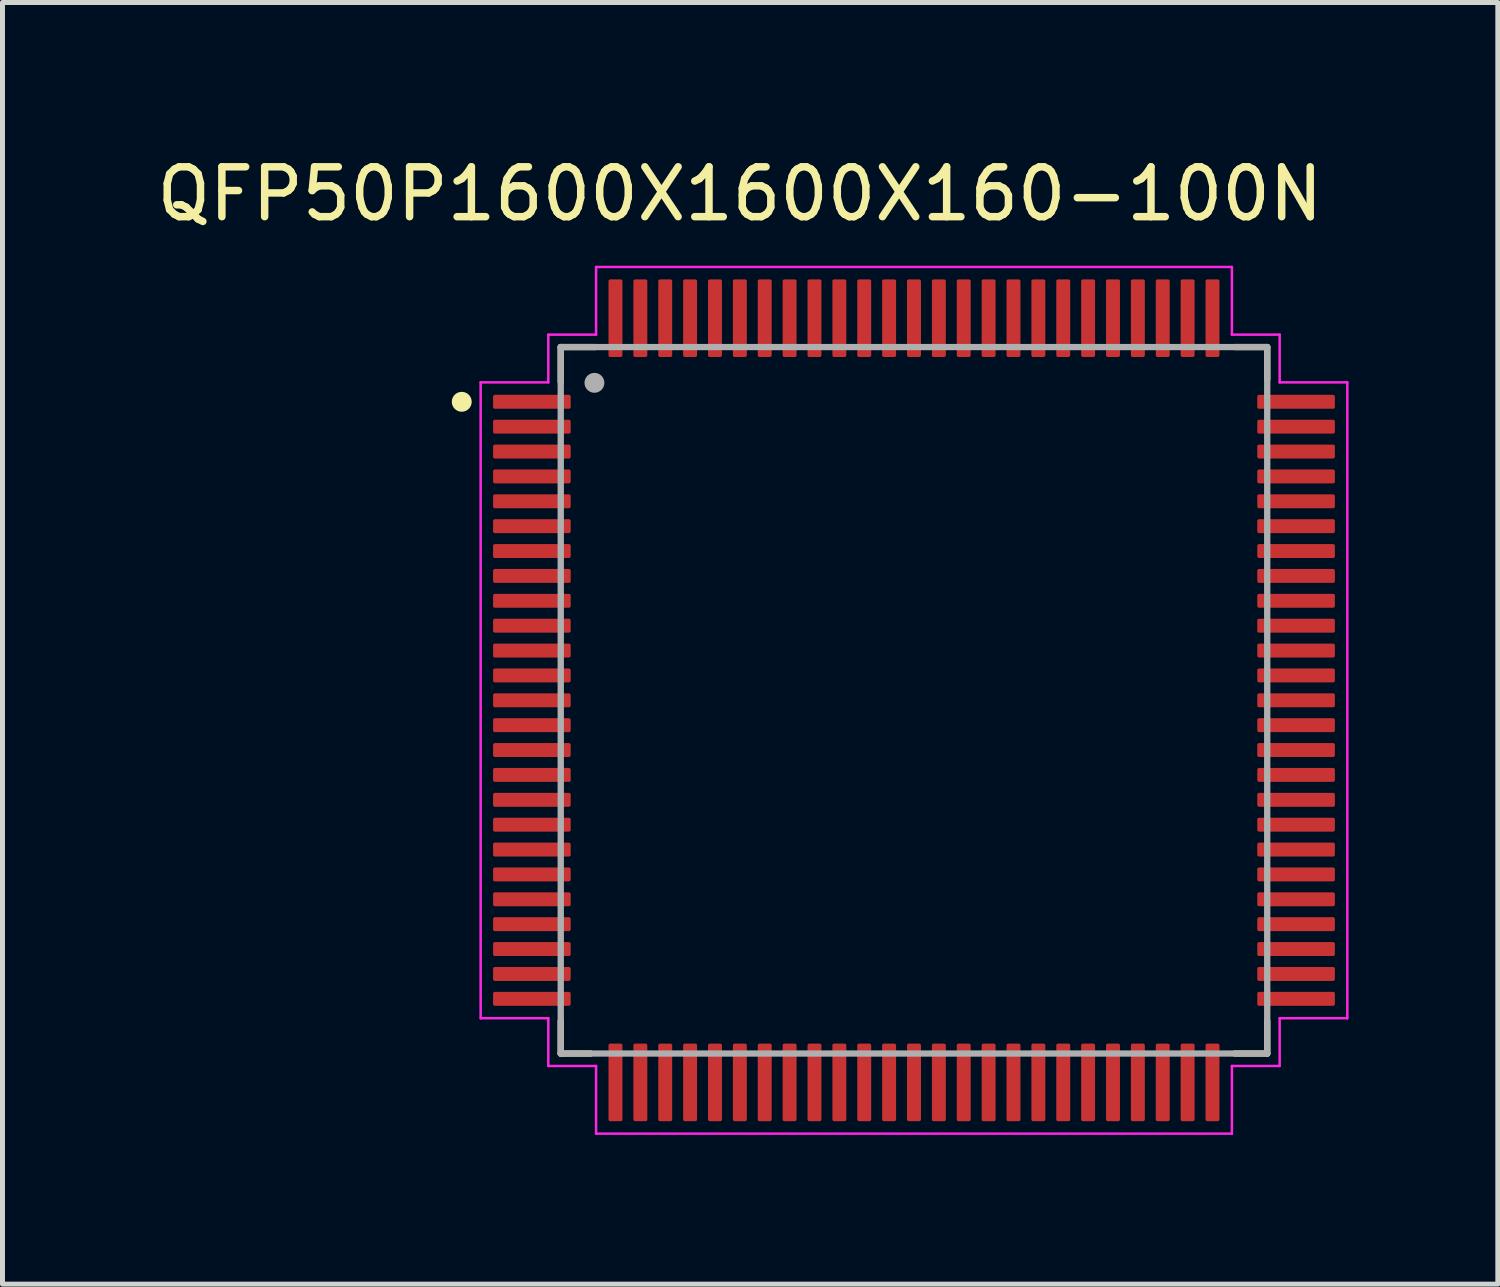
<source format=kicad_pcb>
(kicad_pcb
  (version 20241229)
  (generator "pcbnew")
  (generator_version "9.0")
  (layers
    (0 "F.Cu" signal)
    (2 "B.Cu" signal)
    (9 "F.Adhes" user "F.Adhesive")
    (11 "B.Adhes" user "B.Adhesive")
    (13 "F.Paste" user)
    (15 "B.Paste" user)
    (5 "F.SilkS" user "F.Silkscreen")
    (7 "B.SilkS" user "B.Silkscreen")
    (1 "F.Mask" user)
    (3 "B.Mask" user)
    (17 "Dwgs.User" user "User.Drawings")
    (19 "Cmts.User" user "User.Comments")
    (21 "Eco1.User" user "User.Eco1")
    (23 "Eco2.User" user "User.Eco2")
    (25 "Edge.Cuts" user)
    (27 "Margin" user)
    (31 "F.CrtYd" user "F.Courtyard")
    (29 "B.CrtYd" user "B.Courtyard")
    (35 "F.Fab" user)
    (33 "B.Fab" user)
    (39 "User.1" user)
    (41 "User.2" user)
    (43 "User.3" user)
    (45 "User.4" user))
  (footprint "QFP50P1600X1600X160-100N"
    (layer "F.Cu")
    (at 15.321 11.026)
    (property "Reference" "QFP50P1600X1600X160-100N" (at -3.499 -10.177 0) (layer "F.SilkS") (effects (font (size 1.003 1.003) (thickness 0.15))))
    (attr smd)
    (fp_line (start -7.1 -7.1) (end -6.4 -7.1) (stroke (width 0.127) (type solid)) (layer "F.SilkS"))
    (fp_line (start -7.1 -6.4) (end -7.1 -7.1) (stroke (width 0.127) (type solid)) (layer "F.SilkS"))
    (fp_line (start -7.1 6.45) (end -7.1 7.1) (stroke (width 0.127) (type solid)) (layer "F.SilkS"))
    (fp_line (start -7.1 7.1) (end -6.5 7.1) (stroke (width 0.127) (type solid)) (layer "F.SilkS"))
    (fp_line (start 6.45 -7.1) (end 7.1 -7.1) (stroke (width 0.127) (type solid)) (layer "F.SilkS"))
    (fp_line (start 6.45 7.1) (end 7.1 7.1) (stroke (width 0.127) (type solid)) (layer "F.SilkS"))
    (fp_line (start 7.1 -7.1) (end 7.1 -6.45) (stroke (width 0.127) (type solid)) (layer "F.SilkS"))
    (fp_line (start 7.1 7.1) (end 7.1 6.45) (stroke (width 0.127) (type solid)) (layer "F.SilkS"))
    (fp_circle (center -9.09 -6) (end -8.99 -6) (stroke (width 0.2) (type solid)) (fill no) (layer "F.SilkS"))
    (fp_line (start -8.71 -6.39) (end -8.71 6.39) (stroke (width 0.05) (type solid)) (layer "F.CrtYd"))
    (fp_line (start -8.71 6.39) (end -7.35 6.39) (stroke (width 0.05) (type solid)) (layer "F.CrtYd"))
    (fp_line (start -7.35 -7.35) (end -7.35 -6.39) (stroke (width 0.05) (type solid)) (layer "F.CrtYd"))
    (fp_line (start -7.35 -6.39) (end -8.71 -6.39) (stroke (width 0.05) (type solid)) (layer "F.CrtYd"))
    (fp_line (start -7.35 6.39) (end -7.35 7.35) (stroke (width 0.05) (type solid)) (layer "F.CrtYd"))
    (fp_line (start -7.35 7.35) (end -6.39 7.35) (stroke (width 0.05) (type solid)) (layer "F.CrtYd"))
    (fp_line (start -6.39 -8.71) (end -6.39 -7.35) (stroke (width 0.05) (type solid)) (layer "F.CrtYd"))
    (fp_line (start -6.39 -7.35) (end -7.35 -7.35) (stroke (width 0.05) (type solid)) (layer "F.CrtYd"))
    (fp_line (start -6.39 7.35) (end -6.39 8.71) (stroke (width 0.05) (type solid)) (layer "F.CrtYd"))
    (fp_line (start -6.39 8.71) (end 6.39 8.71) (stroke (width 0.05) (type solid)) (layer "F.CrtYd"))
    (fp_line (start 6.39 -8.71) (end -6.39 -8.71) (stroke (width 0.05) (type solid)) (layer "F.CrtYd"))
    (fp_line (start 6.39 -7.35) (end 6.39 -8.71) (stroke (width 0.05) (type solid)) (layer "F.CrtYd"))
    (fp_line (start 6.39 7.35) (end 7.35 7.35) (stroke (width 0.05) (type solid)) (layer "F.CrtYd"))
    (fp_line (start 6.39 8.71) (end 6.39 7.35) (stroke (width 0.05) (type solid)) (layer "F.CrtYd"))
    (fp_line (start 7.35 -7.35) (end 6.39 -7.35) (stroke (width 0.05) (type solid)) (layer "F.CrtYd"))
    (fp_line (start 7.35 -6.39) (end 7.35 -7.35) (stroke (width 0.05) (type solid)) (layer "F.CrtYd"))
    (fp_line (start 7.35 6.39) (end 8.71 6.39) (stroke (width 0.05) (type solid)) (layer "F.CrtYd"))
    (fp_line (start 7.35 7.35) (end 7.35 6.39) (stroke (width 0.05) (type solid)) (layer "F.CrtYd"))
    (fp_line (start 8.71 -6.39) (end 7.35 -6.39) (stroke (width 0.05) (type solid)) (layer "F.CrtYd"))
    (fp_line (start 8.71 6.39) (end 8.71 -6.39) (stroke (width 0.05) (type solid)) (layer "F.CrtYd"))
    (fp_line (start -7.1 -7.1) (end 7.1 -7.1) (stroke (width 0.127) (type solid)) (layer "F.Fab"))
    (fp_line (start -7.1 7.1) (end -7.1 -7.1) (stroke (width 0.127) (type solid)) (layer "F.Fab"))
    (fp_line (start 7.1 -7.1) (end 7.1 7.1) (stroke (width 0.127) (type solid)) (layer "F.Fab"))
    (fp_line (start 7.1 7.1) (end -7.1 7.1) (stroke (width 0.127) (type solid)) (layer "F.Fab"))
    (fp_circle (center -6.423 -6.381) (end -6.323 -6.381) (stroke (width 0.2) (type solid)) (fill no) (layer "F.Fab"))
    (pad "1" smd roundrect (at -7.68 -6) (size 1.56 0.28) (layers "F.Cu" "F.Mask" "F.Paste") (roundrect_rratio 0.125))
    (pad "2" smd roundrect (at -7.68 -5.5) (size 1.56 0.28) (layers "F.Cu" "F.Mask" "F.Paste") (roundrect_rratio 0.125))
    (pad "3" smd roundrect (at -7.68 -5) (size 1.56 0.28) (layers "F.Cu" "F.Mask" "F.Paste") (roundrect_rratio 0.125))
    (pad "4" smd roundrect (at -7.68 -4.5) (size 1.56 0.28) (layers "F.Cu" "F.Mask" "F.Paste") (roundrect_rratio 0.125))
    (pad "5" smd roundrect (at -7.68 -4) (size 1.56 0.28) (layers "F.Cu" "F.Mask" "F.Paste") (roundrect_rratio 0.125))
    (pad "6" smd roundrect (at -7.68 -3.5) (size 1.56 0.28) (layers "F.Cu" "F.Mask" "F.Paste") (roundrect_rratio 0.125))
    (pad "7" smd roundrect (at -7.68 -3) (size 1.56 0.28) (layers "F.Cu" "F.Mask" "F.Paste") (roundrect_rratio 0.125))
    (pad "8" smd roundrect (at -7.68 -2.5) (size 1.56 0.28) (layers "F.Cu" "F.Mask" "F.Paste") (roundrect_rratio 0.125))
    (pad "9" smd roundrect (at -7.68 -2) (size 1.56 0.28) (layers "F.Cu" "F.Mask" "F.Paste") (roundrect_rratio 0.125))
    (pad "10" smd roundrect (at -7.68 -1.5) (size 1.56 0.28) (layers "F.Cu" "F.Mask" "F.Paste") (roundrect_rratio 0.125))
    (pad "11" smd roundrect (at -7.68 -1) (size 1.56 0.28) (layers "F.Cu" "F.Mask" "F.Paste") (roundrect_rratio 0.125))
    (pad "12" smd roundrect (at -7.68 -0.5) (size 1.56 0.28) (layers "F.Cu" "F.Mask" "F.Paste") (roundrect_rratio 0.125))
    (pad "13" smd roundrect (at -7.68 0) (size 1.56 0.28) (layers "F.Cu" "F.Mask" "F.Paste") (roundrect_rratio 0.125))
    (pad "14" smd roundrect (at -7.68 0.5) (size 1.56 0.28) (layers "F.Cu" "F.Mask" "F.Paste") (roundrect_rratio 0.125))
    (pad "15" smd roundrect (at -7.68 1) (size 1.56 0.28) (layers "F.Cu" "F.Mask" "F.Paste") (roundrect_rratio 0.125))
    (pad "16" smd roundrect (at -7.68 1.5) (size 1.56 0.28) (layers "F.Cu" "F.Mask" "F.Paste") (roundrect_rratio 0.125))
    (pad "17" smd roundrect (at -7.68 2) (size 1.56 0.28) (layers "F.Cu" "F.Mask" "F.Paste") (roundrect_rratio 0.125))
    (pad "18" smd roundrect (at -7.68 2.5) (size 1.56 0.28) (layers "F.Cu" "F.Mask" "F.Paste") (roundrect_rratio 0.125))
    (pad "19" smd roundrect (at -7.68 3) (size 1.56 0.28) (layers "F.Cu" "F.Mask" "F.Paste") (roundrect_rratio 0.125))
    (pad "20" smd roundrect (at -7.68 3.5) (size 1.56 0.28) (layers "F.Cu" "F.Mask" "F.Paste") (roundrect_rratio 0.125))
    (pad "21" smd roundrect (at -7.68 4) (size 1.56 0.28) (layers "F.Cu" "F.Mask" "F.Paste") (roundrect_rratio 0.125))
    (pad "22" smd roundrect (at -7.68 4.5) (size 1.56 0.28) (layers "F.Cu" "F.Mask" "F.Paste") (roundrect_rratio 0.125))
    (pad "23" smd roundrect (at -7.68 5) (size 1.56 0.28) (layers "F.Cu" "F.Mask" "F.Paste") (roundrect_rratio 0.125))
    (pad "24" smd roundrect (at -7.68 5.5) (size 1.56 0.28) (layers "F.Cu" "F.Mask" "F.Paste") (roundrect_rratio 0.125))
    (pad "25" smd roundrect (at -7.68 6) (size 1.56 0.28) (layers "F.Cu" "F.Mask" "F.Paste") (roundrect_rratio 0.125))
    (pad "26" smd roundrect (at -6 7.68) (size 0.28 1.56) (layers "F.Cu" "F.Mask" "F.Paste") (roundrect_rratio 0.125))
    (pad "27" smd roundrect (at -5.5 7.68) (size 0.28 1.56) (layers "F.Cu" "F.Mask" "F.Paste") (roundrect_rratio 0.125))
    (pad "28" smd roundrect (at -5 7.68) (size 0.28 1.56) (layers "F.Cu" "F.Mask" "F.Paste") (roundrect_rratio 0.125))
    (pad "29" smd roundrect (at -4.5 7.68) (size 0.28 1.56) (layers "F.Cu" "F.Mask" "F.Paste") (roundrect_rratio 0.125))
    (pad "30" smd roundrect (at -4 7.68) (size 0.28 1.56) (layers "F.Cu" "F.Mask" "F.Paste") (roundrect_rratio 0.125))
    (pad "31" smd roundrect (at -3.5 7.68) (size 0.28 1.56) (layers "F.Cu" "F.Mask" "F.Paste") (roundrect_rratio 0.125))
    (pad "32" smd roundrect (at -3 7.68) (size 0.28 1.56) (layers "F.Cu" "F.Mask" "F.Paste") (roundrect_rratio 0.125))
    (pad "33" smd roundrect (at -2.5 7.68) (size 0.28 1.56) (layers "F.Cu" "F.Mask" "F.Paste") (roundrect_rratio 0.125))
    (pad "34" smd roundrect (at -2 7.68) (size 0.28 1.56) (layers "F.Cu" "F.Mask" "F.Paste") (roundrect_rratio 0.125))
    (pad "35" smd roundrect (at -1.5 7.68) (size 0.28 1.56) (layers "F.Cu" "F.Mask" "F.Paste") (roundrect_rratio 0.125))
    (pad "36" smd roundrect (at -1 7.68) (size 0.28 1.56) (layers "F.Cu" "F.Mask" "F.Paste") (roundrect_rratio 0.125))
    (pad "37" smd roundrect (at -0.5 7.68) (size 0.28 1.56) (layers "F.Cu" "F.Mask" "F.Paste") (roundrect_rratio 0.125))
    (pad "38" smd roundrect (at 0 7.68) (size 0.28 1.56) (layers "F.Cu" "F.Mask" "F.Paste") (roundrect_rratio 0.125))
    (pad "39" smd roundrect (at 0.5 7.68) (size 0.28 1.56) (layers "F.Cu" "F.Mask" "F.Paste") (roundrect_rratio 0.125))
    (pad "40" smd roundrect (at 1 7.68) (size 0.28 1.56) (layers "F.Cu" "F.Mask" "F.Paste") (roundrect_rratio 0.125))
    (pad "41" smd roundrect (at 1.5 7.68) (size 0.28 1.56) (layers "F.Cu" "F.Mask" "F.Paste") (roundrect_rratio 0.125))
    (pad "42" smd roundrect (at 2 7.68) (size 0.28 1.56) (layers "F.Cu" "F.Mask" "F.Paste") (roundrect_rratio 0.125))
    (pad "43" smd roundrect (at 2.5 7.68) (size 0.28 1.56) (layers "F.Cu" "F.Mask" "F.Paste") (roundrect_rratio 0.125))
    (pad "44" smd roundrect (at 3 7.68) (size 0.28 1.56) (layers "F.Cu" "F.Mask" "F.Paste") (roundrect_rratio 0.125))
    (pad "45" smd roundrect (at 3.5 7.68) (size 0.28 1.56) (layers "F.Cu" "F.Mask" "F.Paste") (roundrect_rratio 0.125))
    (pad "46" smd roundrect (at 4 7.68) (size 0.28 1.56) (layers "F.Cu" "F.Mask" "F.Paste") (roundrect_rratio 0.125))
    (pad "47" smd roundrect (at 4.5 7.68) (size 0.28 1.56) (layers "F.Cu" "F.Mask" "F.Paste") (roundrect_rratio 0.125))
    (pad "48" smd roundrect (at 5 7.68) (size 0.28 1.56) (layers "F.Cu" "F.Mask" "F.Paste") (roundrect_rratio 0.125))
    (pad "49" smd roundrect (at 5.5 7.68) (size 0.28 1.56) (layers "F.Cu" "F.Mask" "F.Paste") (roundrect_rratio 0.125))
    (pad "50" smd roundrect (at 6 7.68) (size 0.28 1.56) (layers "F.Cu" "F.Mask" "F.Paste") (roundrect_rratio 0.125))
    (pad "51" smd roundrect (at 7.68 6) (size 1.56 0.28) (layers "F.Cu" "F.Mask" "F.Paste") (roundrect_rratio 0.125))
    (pad "52" smd roundrect (at 7.68 5.5) (size 1.56 0.28) (layers "F.Cu" "F.Mask" "F.Paste") (roundrect_rratio 0.125))
    (pad "53" smd roundrect (at 7.68 5) (size 1.56 0.28) (layers "F.Cu" "F.Mask" "F.Paste") (roundrect_rratio 0.125))
    (pad "54" smd roundrect (at 7.68 4.5) (size 1.56 0.28) (layers "F.Cu" "F.Mask" "F.Paste") (roundrect_rratio 0.125))
    (pad "55" smd roundrect (at 7.68 4) (size 1.56 0.28) (layers "F.Cu" "F.Mask" "F.Paste") (roundrect_rratio 0.125))
    (pad "56" smd roundrect (at 7.68 3.5) (size 1.56 0.28) (layers "F.Cu" "F.Mask" "F.Paste") (roundrect_rratio 0.125))
    (pad "57" smd roundrect (at 7.68 3) (size 1.56 0.28) (layers "F.Cu" "F.Mask" "F.Paste") (roundrect_rratio 0.125))
    (pad "58" smd roundrect (at 7.68 2.5) (size 1.56 0.28) (layers "F.Cu" "F.Mask" "F.Paste") (roundrect_rratio 0.125))
    (pad "59" smd roundrect (at 7.68 2) (size 1.56 0.28) (layers "F.Cu" "F.Mask" "F.Paste") (roundrect_rratio 0.125))
    (pad "60" smd roundrect (at 7.68 1.5) (size 1.56 0.28) (layers "F.Cu" "F.Mask" "F.Paste") (roundrect_rratio 0.125))
    (pad "61" smd roundrect (at 7.68 1) (size 1.56 0.28) (layers "F.Cu" "F.Mask" "F.Paste") (roundrect_rratio 0.125))
    (pad "62" smd roundrect (at 7.68 0.5) (size 1.56 0.28) (layers "F.Cu" "F.Mask" "F.Paste") (roundrect_rratio 0.125))
    (pad "63" smd roundrect (at 7.68 0) (size 1.56 0.28) (layers "F.Cu" "F.Mask" "F.Paste") (roundrect_rratio 0.125))
    (pad "64" smd roundrect (at 7.68 -0.5) (size 1.56 0.28) (layers "F.Cu" "F.Mask" "F.Paste") (roundrect_rratio 0.125))
    (pad "65" smd roundrect (at 7.68 -1) (size 1.56 0.28) (layers "F.Cu" "F.Mask" "F.Paste") (roundrect_rratio 0.125))
    (pad "66" smd roundrect (at 7.68 -1.5) (size 1.56 0.28) (layers "F.Cu" "F.Mask" "F.Paste") (roundrect_rratio 0.125))
    (pad "67" smd roundrect (at 7.68 -2) (size 1.56 0.28) (layers "F.Cu" "F.Mask" "F.Paste") (roundrect_rratio 0.125))
    (pad "68" smd roundrect (at 7.68 -2.5) (size 1.56 0.28) (layers "F.Cu" "F.Mask" "F.Paste") (roundrect_rratio 0.125))
    (pad "69" smd roundrect (at 7.68 -3) (size 1.56 0.28) (layers "F.Cu" "F.Mask" "F.Paste") (roundrect_rratio 0.125))
    (pad "70" smd roundrect (at 7.68 -3.5) (size 1.56 0.28) (layers "F.Cu" "F.Mask" "F.Paste") (roundrect_rratio 0.125))
    (pad "71" smd roundrect (at 7.68 -4) (size 1.56 0.28) (layers "F.Cu" "F.Mask" "F.Paste") (roundrect_rratio 0.125))
    (pad "72" smd roundrect (at 7.68 -4.5) (size 1.56 0.28) (layers "F.Cu" "F.Mask" "F.Paste") (roundrect_rratio 0.125))
    (pad "73" smd roundrect (at 7.68 -5) (size 1.56 0.28) (layers "F.Cu" "F.Mask" "F.Paste") (roundrect_rratio 0.125))
    (pad "74" smd roundrect (at 7.68 -5.5) (size 1.56 0.28) (layers "F.Cu" "F.Mask" "F.Paste") (roundrect_rratio 0.125))
    (pad "75" smd roundrect (at 7.68 -6) (size 1.56 0.28) (layers "F.Cu" "F.Mask" "F.Paste") (roundrect_rratio 0.125))
    (pad "76" smd roundrect (at 6 -7.68) (size 0.28 1.56) (layers "F.Cu" "F.Mask" "F.Paste") (roundrect_rratio 0.125))
    (pad "77" smd roundrect (at 5.5 -7.68) (size 0.28 1.56) (layers "F.Cu" "F.Mask" "F.Paste") (roundrect_rratio 0.125))
    (pad "78" smd roundrect (at 5 -7.68) (size 0.28 1.56) (layers "F.Cu" "F.Mask" "F.Paste") (roundrect_rratio 0.125))
    (pad "79" smd roundrect (at 4.5 -7.68) (size 0.28 1.56) (layers "F.Cu" "F.Mask" "F.Paste") (roundrect_rratio 0.125))
    (pad "80" smd roundrect (at 4 -7.68) (size 0.28 1.56) (layers "F.Cu" "F.Mask" "F.Paste") (roundrect_rratio 0.125))
    (pad "81" smd roundrect (at 3.5 -7.68) (size 0.28 1.56) (layers "F.Cu" "F.Mask" "F.Paste") (roundrect_rratio 0.125))
    (pad "82" smd roundrect (at 3 -7.68) (size 0.28 1.56) (layers "F.Cu" "F.Mask" "F.Paste") (roundrect_rratio 0.125))
    (pad "83" smd roundrect (at 2.5 -7.68) (size 0.28 1.56) (layers "F.Cu" "F.Mask" "F.Paste") (roundrect_rratio 0.125))
    (pad "84" smd roundrect (at 2 -7.68) (size 0.28 1.56) (layers "F.Cu" "F.Mask" "F.Paste") (roundrect_rratio 0.125))
    (pad "85" smd roundrect (at 1.5 -7.68) (size 0.28 1.56) (layers "F.Cu" "F.Mask" "F.Paste") (roundrect_rratio 0.125))
    (pad "86" smd roundrect (at 1 -7.68) (size 0.28 1.56) (layers "F.Cu" "F.Mask" "F.Paste") (roundrect_rratio 0.125))
    (pad "87" smd roundrect (at 0.5 -7.68) (size 0.28 1.56) (layers "F.Cu" "F.Mask" "F.Paste") (roundrect_rratio 0.125))
    (pad "88" smd roundrect (at 0 -7.68) (size 0.28 1.56) (layers "F.Cu" "F.Mask" "F.Paste") (roundrect_rratio 0.125))
    (pad "89" smd roundrect (at -0.5 -7.68) (size 0.28 1.56) (layers "F.Cu" "F.Mask" "F.Paste") (roundrect_rratio 0.125))
    (pad "90" smd roundrect (at -1 -7.68) (size 0.28 1.56) (layers "F.Cu" "F.Mask" "F.Paste") (roundrect_rratio 0.125))
    (pad "91" smd roundrect (at -1.5 -7.68) (size 0.28 1.56) (layers "F.Cu" "F.Mask" "F.Paste") (roundrect_rratio 0.125))
    (pad "92" smd roundrect (at -2 -7.68) (size 0.28 1.56) (layers "F.Cu" "F.Mask" "F.Paste") (roundrect_rratio 0.125))
    (pad "93" smd roundrect (at -2.5 -7.68) (size 0.28 1.56) (layers "F.Cu" "F.Mask" "F.Paste") (roundrect_rratio 0.125))
    (pad "94" smd roundrect (at -3 -7.68) (size 0.28 1.56) (layers "F.Cu" "F.Mask" "F.Paste") (roundrect_rratio 0.125))
    (pad "95" smd roundrect (at -3.5 -7.68) (size 0.28 1.56) (layers "F.Cu" "F.Mask" "F.Paste") (roundrect_rratio 0.125))
    (pad "96" smd roundrect (at -4 -7.68) (size 0.28 1.56) (layers "F.Cu" "F.Mask" "F.Paste") (roundrect_rratio 0.125))
    (pad "97" smd roundrect (at -4.5 -7.68) (size 0.28 1.56) (layers "F.Cu" "F.Mask" "F.Paste") (roundrect_rratio 0.125))
    (pad "98" smd roundrect (at -5 -7.68) (size 0.28 1.56) (layers "F.Cu" "F.Mask" "F.Paste") (roundrect_rratio 0.125))
    (pad "99" smd roundrect (at -5.5 -7.68) (size 0.28 1.56) (layers "F.Cu" "F.Mask" "F.Paste") (roundrect_rratio 0.125))
    (pad "100" smd roundrect (at -6 -7.68) (size 0.28 1.56) (layers "F.Cu" "F.Mask" "F.Paste") (roundrect_rratio 0.125)))
  (gr_rect
    (start -3 -3)
    (end 27.056 22.761)
    (stroke (width 0.1) (type default))
    (fill no)
    (layer "Edge.Cuts")))
</source>
